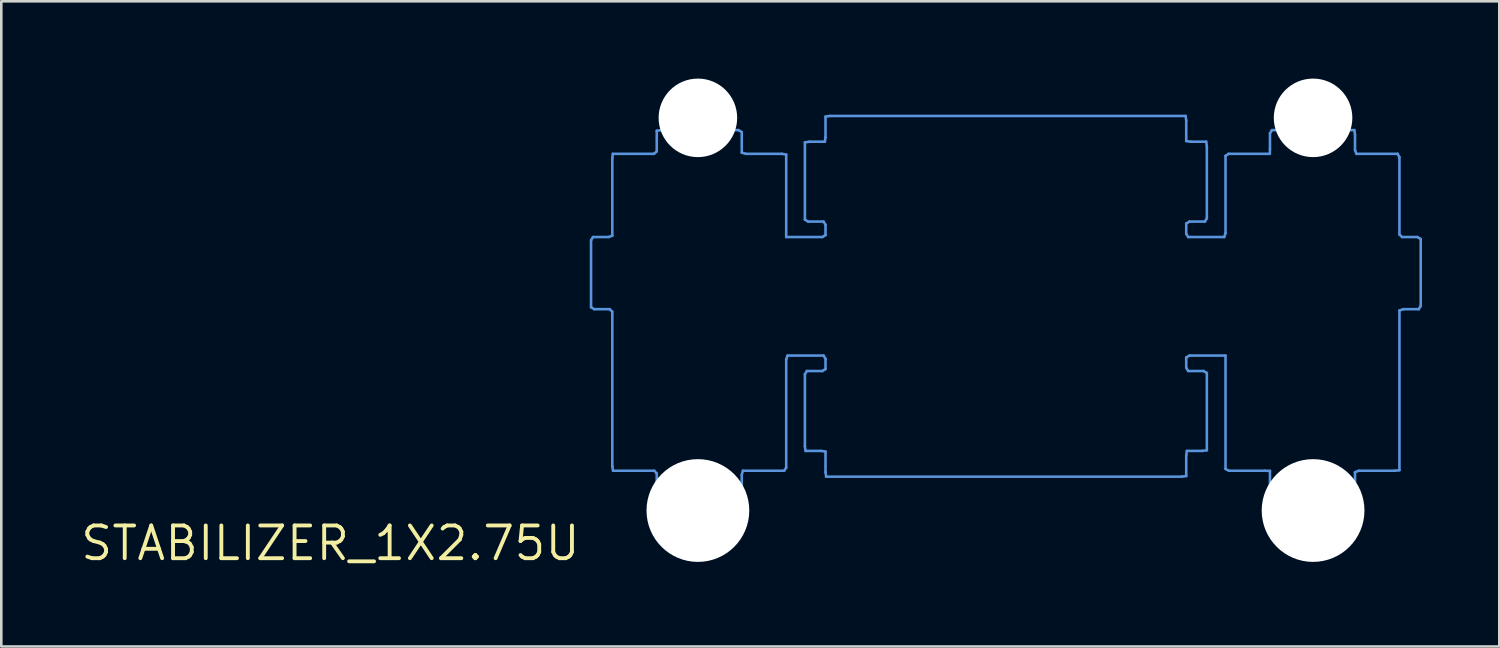
<source format=kicad_pcb>
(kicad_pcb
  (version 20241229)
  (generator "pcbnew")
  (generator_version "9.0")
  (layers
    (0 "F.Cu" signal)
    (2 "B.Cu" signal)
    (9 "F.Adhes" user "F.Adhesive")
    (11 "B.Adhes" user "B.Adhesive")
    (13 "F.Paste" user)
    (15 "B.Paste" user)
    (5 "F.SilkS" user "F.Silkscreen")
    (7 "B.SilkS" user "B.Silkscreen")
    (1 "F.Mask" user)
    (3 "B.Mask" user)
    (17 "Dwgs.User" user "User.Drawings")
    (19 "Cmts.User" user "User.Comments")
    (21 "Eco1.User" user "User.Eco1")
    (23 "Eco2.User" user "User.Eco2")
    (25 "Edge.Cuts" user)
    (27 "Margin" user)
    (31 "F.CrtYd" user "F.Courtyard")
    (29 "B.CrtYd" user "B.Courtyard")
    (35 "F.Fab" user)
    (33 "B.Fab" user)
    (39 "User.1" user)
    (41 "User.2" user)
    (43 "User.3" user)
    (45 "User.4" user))
  (footprint "STABILIZER_1X2.75U"
    (layer "F.Cu")
    (at 9.774 18.034)
    (property "Reference" "STABILIZER_1X2.75U" (at 0 0 0) (layer "F.SilkS") (effects (font (size 1.27 1.27) (thickness 0.15))))
    (attr through_hole)
    (fp_line (start 10.115 -11.759) (end 10.115 -9.159) (stroke (width 0.1) (type solid)) (layer "Cmts.User"))
    (fp_line (start 10.115 -9.159) (end 10.24 -9.084) (stroke (width 0.1) (type solid)) (layer "Cmts.User"))
    (fp_line (start 10.19 -11.884) (end 10.115 -11.759) (stroke (width 0.1) (type solid)) (layer "Cmts.User"))
    (fp_line (start 10.24 -9.084) (end 10.84 -9.084) (stroke (width 0.1) (type solid)) (layer "Cmts.User"))
    (fp_line (start 10.79 -11.884) (end 10.19 -11.884) (stroke (width 0.1) (type solid)) (layer "Cmts.User"))
    (fp_line (start 10.84 -9.084) (end 10.94 -8.984) (stroke (width 0.1) (type solid)) (layer "Cmts.User"))
    (fp_line (start 10.94 -14.934) (end 10.94 -11.934) (stroke (width 0.1) (type solid)) (layer "Cmts.User"))
    (fp_line (start 10.94 -11.934) (end 10.79 -11.884) (stroke (width 0.1) (type solid)) (layer "Cmts.User"))
    (fp_line (start 10.94 -8.984) (end 10.94 -2.984) (stroke (width 0.1) (type solid)) (layer "Cmts.User"))
    (fp_line (start 10.94 -2.984) (end 10.97 -2.814) (stroke (width 0.1) (type solid)) (layer "Cmts.User"))
    (fp_line (start 10.96 -15.114) (end 10.94 -14.934) (stroke (width 0.1) (type solid)) (layer "Cmts.User"))
    (fp_line (start 10.97 -2.814) (end 12.57 -2.814) (stroke (width 0.1) (type solid)) (layer "Cmts.User"))
    (fp_line (start 12.56 -15.114) (end 10.96 -15.114) (stroke (width 0.1) (type solid)) (layer "Cmts.User"))
    (fp_line (start 12.57 -2.814) (end 12.665 -2.709) (stroke (width 0.1) (type solid)) (layer "Cmts.User"))
    (fp_line (start 12.665 -16.009) (end 12.665 -15.209) (stroke (width 0.1) (type solid)) (layer "Cmts.User"))
    (fp_line (start 12.665 -15.209) (end 12.56 -15.114) (stroke (width 0.1) (type solid)) (layer "Cmts.User"))
    (fp_line (start 12.665 -2.709) (end 12.665 -1.909) (stroke (width 0.1) (type solid)) (layer "Cmts.User"))
    (fp_line (start 12.665 -1.909) (end 12.79 -1.834) (stroke (width 0.1) (type solid)) (layer "Cmts.User"))
    (fp_line (start 12.79 -1.834) (end 15.79 -1.834) (stroke (width 0.1) (type solid)) (layer "Cmts.User"))
    (fp_line (start 12.84 -16.034) (end 12.665 -16.009) (stroke (width 0.1) (type solid)) (layer "Cmts.User"))
    (fp_line (start 15.79 -1.834) (end 15.965 -1.859) (stroke (width 0.1) (type solid)) (layer "Cmts.User"))
    (fp_line (start 15.84 -16.034) (end 12.84 -16.034) (stroke (width 0.1) (type solid)) (layer "Cmts.User"))
    (fp_line (start 15.965 -15.959) (end 15.84 -16.034) (stroke (width 0.1) (type solid)) (layer "Cmts.User"))
    (fp_line (start 15.965 -15.159) (end 15.965 -15.959) (stroke (width 0.1) (type solid)) (layer "Cmts.User"))
    (fp_line (start 15.965 -2.659) (end 16.01 -2.814) (stroke (width 0.1) (type solid)) (layer "Cmts.User"))
    (fp_line (start 15.965 -1.859) (end 15.965 -2.659) (stroke (width 0.1) (type solid)) (layer "Cmts.User"))
    (fp_line (start 16.01 -2.814) (end 17.61 -2.814) (stroke (width 0.1) (type solid)) (layer "Cmts.User"))
    (fp_line (start 16.12 -15.114) (end 15.965 -15.159) (stroke (width 0.1) (type solid)) (layer "Cmts.User"))
    (fp_line (start 17.52 -15.114) (end 16.12 -15.114) (stroke (width 0.1) (type solid)) (layer "Cmts.User"))
    (fp_line (start 17.61 -2.814) (end 17.69 -2.934) (stroke (width 0.1) (type solid)) (layer "Cmts.User"))
    (fp_line (start 17.69 -15.084) (end 17.52 -15.114) (stroke (width 0.1) (type solid)) (layer "Cmts.User"))
    (fp_line (start 17.69 -11.884) (end 17.69 -15.084) (stroke (width 0.1) (type solid)) (layer "Cmts.User"))
    (fp_line (start 17.69 -7.134) (end 17.74 -7.284) (stroke (width 0.1) (type solid)) (layer "Cmts.User"))
    (fp_line (start 17.69 -2.934) (end 17.69 -7.134) (stroke (width 0.1) (type solid)) (layer "Cmts.User"))
    (fp_line (start 17.74 -7.284) (end 19.14 -7.284) (stroke (width 0.1) (type solid)) (layer "Cmts.User"))
    (fp_line (start 18.415 -15.559) (end 18.415 -12.559) (stroke (width 0.1) (type solid)) (layer "Cmts.User"))
    (fp_line (start 18.415 -12.559) (end 18.54 -12.484) (stroke (width 0.1) (type solid)) (layer "Cmts.User"))
    (fp_line (start 18.415 -6.559) (end 18.415 -3.759) (stroke (width 0.1) (type solid)) (layer "Cmts.User"))
    (fp_line (start 18.415 -3.759) (end 18.44 -3.584) (stroke (width 0.1) (type solid)) (layer "Cmts.User"))
    (fp_line (start 18.44 -3.584) (end 19.04 -3.584) (stroke (width 0.1) (type solid)) (layer "Cmts.User"))
    (fp_line (start 18.49 -6.684) (end 18.415 -6.559) (stroke (width 0.1) (type solid)) (layer "Cmts.User"))
    (fp_line (start 18.54 -12.484) (end 19.14 -12.484) (stroke (width 0.1) (type solid)) (layer "Cmts.User"))
    (fp_line (start 18.59 -15.584) (end 18.415 -15.559) (stroke (width 0.1) (type solid)) (layer "Cmts.User"))
    (fp_line (start 19.04 -3.584) (end 19.215 -3.559) (stroke (width 0.1) (type solid)) (layer "Cmts.User"))
    (fp_line (start 19.09 -11.884) (end 17.69 -11.884) (stroke (width 0.1) (type solid)) (layer "Cmts.User"))
    (fp_line (start 19.09 -6.684) (end 18.49 -6.684) (stroke (width 0.1) (type solid)) (layer "Cmts.User"))
    (fp_line (start 19.14 -7.284) (end 19.215 -7.159) (stroke (width 0.1) (type solid)) (layer "Cmts.User"))
    (fp_line (start 19.14 -12.484) (end 19.215 -12.359) (stroke (width 0.1) (type solid)) (layer "Cmts.User"))
    (fp_line (start 19.19 -15.584) (end 18.59 -15.584) (stroke (width 0.1) (type solid)) (layer "Cmts.User"))
    (fp_line (start 19.215 -16.559) (end 19.215 -15.759) (stroke (width 0.1) (type solid)) (layer "Cmts.User"))
    (fp_line (start 19.215 -15.759) (end 19.19 -15.584) (stroke (width 0.1) (type solid)) (layer "Cmts.User"))
    (fp_line (start 19.215 -12.359) (end 19.215 -11.959) (stroke (width 0.1) (type solid)) (layer "Cmts.User"))
    (fp_line (start 19.215 -11.959) (end 19.09 -11.884) (stroke (width 0.1) (type solid)) (layer "Cmts.User"))
    (fp_line (start 19.215 -7.159) (end 19.215 -6.759) (stroke (width 0.1) (type solid)) (layer "Cmts.User"))
    (fp_line (start 19.215 -6.759) (end 19.09 -6.684) (stroke (width 0.1) (type solid)) (layer "Cmts.User"))
    (fp_line (start 19.215 -3.559) (end 19.215 -2.759) (stroke (width 0.1) (type solid)) (layer "Cmts.User"))
    (fp_line (start 19.215 -2.759) (end 19.24 -2.584) (stroke (width 0.1) (type solid)) (layer "Cmts.User"))
    (fp_line (start 19.24 -2.584) (end 33.04 -2.584) (stroke (width 0.1) (type solid)) (layer "Cmts.User"))
    (fp_line (start 19.39 -16.584) (end 19.215 -16.559) (stroke (width 0.1) (type solid)) (layer "Cmts.User"))
    (fp_line (start 33.04 -2.584) (end 33.215 -2.609) (stroke (width 0.1) (type solid)) (layer "Cmts.User"))
    (fp_line (start 33.19 -16.584) (end 19.39 -16.584) (stroke (width 0.1) (type solid)) (layer "Cmts.User"))
    (fp_line (start 33.215 -16.409) (end 33.19 -16.584) (stroke (width 0.1) (type solid)) (layer "Cmts.User"))
    (fp_line (start 33.215 -15.609) (end 33.215 -16.409) (stroke (width 0.1) (type solid)) (layer "Cmts.User"))
    (fp_line (start 33.215 -12.409) (end 33.34 -12.484) (stroke (width 0.1) (type solid)) (layer "Cmts.User"))
    (fp_line (start 33.215 -12.009) (end 33.215 -12.409) (stroke (width 0.1) (type solid)) (layer "Cmts.User"))
    (fp_line (start 33.215 -7.209) (end 33.34 -7.284) (stroke (width 0.1) (type solid)) (layer "Cmts.User"))
    (fp_line (start 33.215 -6.809) (end 33.215 -7.209) (stroke (width 0.1) (type solid)) (layer "Cmts.User"))
    (fp_line (start 33.215 -3.409) (end 33.24 -3.584) (stroke (width 0.1) (type solid)) (layer "Cmts.User"))
    (fp_line (start 33.215 -2.609) (end 33.215 -3.409) (stroke (width 0.1) (type solid)) (layer "Cmts.User"))
    (fp_line (start 33.24 -3.584) (end 33.84 -3.584) (stroke (width 0.1) (type solid)) (layer "Cmts.User"))
    (fp_line (start 33.29 -6.684) (end 33.215 -6.809) (stroke (width 0.1) (type solid)) (layer "Cmts.User"))
    (fp_line (start 33.29 -11.884) (end 33.215 -12.009) (stroke (width 0.1) (type solid)) (layer "Cmts.User"))
    (fp_line (start 33.34 -12.484) (end 33.94 -12.484) (stroke (width 0.1) (type solid)) (layer "Cmts.User"))
    (fp_line (start 33.34 -7.284) (end 34.74 -7.284) (stroke (width 0.1) (type solid)) (layer "Cmts.User"))
    (fp_line (start 33.39 -15.584) (end 33.215 -15.609) (stroke (width 0.1) (type solid)) (layer "Cmts.User"))
    (fp_line (start 33.84 -3.584) (end 34.015 -3.609) (stroke (width 0.1) (type solid)) (layer "Cmts.User"))
    (fp_line (start 33.89 -6.684) (end 33.29 -6.684) (stroke (width 0.1) (type solid)) (layer "Cmts.User"))
    (fp_line (start 33.94 -12.484) (end 34.015 -12.609) (stroke (width 0.1) (type solid)) (layer "Cmts.User"))
    (fp_line (start 33.99 -15.584) (end 33.39 -15.584) (stroke (width 0.1) (type solid)) (layer "Cmts.User"))
    (fp_line (start 34.015 -15.409) (end 33.99 -15.584) (stroke (width 0.1) (type solid)) (layer "Cmts.User"))
    (fp_line (start 34.015 -12.609) (end 34.015 -15.409) (stroke (width 0.1) (type solid)) (layer "Cmts.User"))
    (fp_line (start 34.015 -6.609) (end 33.89 -6.684) (stroke (width 0.1) (type solid)) (layer "Cmts.User"))
    (fp_line (start 34.015 -3.609) (end 34.015 -6.609) (stroke (width 0.1) (type solid)) (layer "Cmts.User"))
    (fp_line (start 34.69 -11.884) (end 33.29 -11.884) (stroke (width 0.1) (type solid)) (layer "Cmts.User"))
    (fp_line (start 34.74 -15.034) (end 34.74 -12.034) (stroke (width 0.1) (type solid)) (layer "Cmts.User"))
    (fp_line (start 34.74 -12.034) (end 34.69 -11.884) (stroke (width 0.1) (type solid)) (layer "Cmts.User"))
    (fp_line (start 34.74 -7.284) (end 34.74 -2.884) (stroke (width 0.1) (type solid)) (layer "Cmts.User"))
    (fp_line (start 34.74 -2.884) (end 34.87 -2.814) (stroke (width 0.1) (type solid)) (layer "Cmts.User"))
    (fp_line (start 34.86 -15.114) (end 34.74 -15.034) (stroke (width 0.1) (type solid)) (layer "Cmts.User"))
    (fp_line (start 34.87 -2.814) (end 36.27 -2.814) (stroke (width 0.1) (type solid)) (layer "Cmts.User"))
    (fp_line (start 36.27 -2.814) (end 36.465 -2.809) (stroke (width 0.1) (type solid)) (layer "Cmts.User"))
    (fp_line (start 36.46 -15.114) (end 34.86 -15.114) (stroke (width 0.1) (type solid)) (layer "Cmts.User"))
    (fp_line (start 36.465 -15.909) (end 36.465 -15.309) (stroke (width 0.1) (type solid)) (layer "Cmts.User"))
    (fp_line (start 36.465 -15.309) (end 36.46 -15.114) (stroke (width 0.1) (type solid)) (layer "Cmts.User"))
    (fp_line (start 36.465 -2.809) (end 36.465 -2.009) (stroke (width 0.1) (type solid)) (layer "Cmts.User"))
    (fp_line (start 36.465 -2.009) (end 36.49 -1.834) (stroke (width 0.1) (type solid)) (layer "Cmts.User"))
    (fp_line (start 36.49 -1.834) (end 39.69 -1.834) (stroke (width 0.1) (type solid)) (layer "Cmts.User"))
    (fp_line (start 36.54 -16.034) (end 36.465 -15.909) (stroke (width 0.1) (type solid)) (layer "Cmts.User"))
    (fp_line (start 39.69 -1.834) (end 39.765 -1.959) (stroke (width 0.1) (type solid)) (layer "Cmts.User"))
    (fp_line (start 39.74 -16.034) (end 36.54 -16.034) (stroke (width 0.1) (type solid)) (layer "Cmts.User"))
    (fp_line (start 39.765 -15.859) (end 39.74 -16.034) (stroke (width 0.1) (type solid)) (layer "Cmts.User"))
    (fp_line (start 39.765 -15.259) (end 39.765 -15.859) (stroke (width 0.1) (type solid)) (layer "Cmts.User"))
    (fp_line (start 39.765 -2.759) (end 39.91 -2.814) (stroke (width 0.1) (type solid)) (layer "Cmts.User"))
    (fp_line (start 39.765 -1.959) (end 39.765 -2.759) (stroke (width 0.1) (type solid)) (layer "Cmts.User"))
    (fp_line (start 39.82 -15.114) (end 39.765 -15.259) (stroke (width 0.1) (type solid)) (layer "Cmts.User"))
    (fp_line (start 39.91 -2.814) (end 41.31 -2.814) (stroke (width 0.1) (type solid)) (layer "Cmts.User"))
    (fp_line (start 41.31 -2.814) (end 41.49 -2.834) (stroke (width 0.1) (type solid)) (layer "Cmts.User"))
    (fp_line (start 41.42 -15.114) (end 39.82 -15.114) (stroke (width 0.1) (type solid)) (layer "Cmts.User"))
    (fp_line (start 41.49 -14.984) (end 41.42 -15.114) (stroke (width 0.1) (type solid)) (layer "Cmts.User"))
    (fp_line (start 41.49 -11.984) (end 41.49 -14.984) (stroke (width 0.1) (type solid)) (layer "Cmts.User"))
    (fp_line (start 41.49 -9.034) (end 41.64 -9.084) (stroke (width 0.1) (type solid)) (layer "Cmts.User"))
    (fp_line (start 41.49 -2.834) (end 41.49 -9.034) (stroke (width 0.1) (type solid)) (layer "Cmts.User"))
    (fp_line (start 41.59 -11.884) (end 41.49 -11.984) (stroke (width 0.1) (type solid)) (layer "Cmts.User"))
    (fp_line (start 41.64 -9.084) (end 42.24 -9.084) (stroke (width 0.1) (type solid)) (layer "Cmts.User"))
    (fp_line (start 42.19 -11.884) (end 41.59 -11.884) (stroke (width 0.1) (type solid)) (layer "Cmts.User"))
    (fp_line (start 42.24 -9.084) (end 42.315 -9.209) (stroke (width 0.1) (type solid)) (layer "Cmts.User"))
    (fp_line (start 42.315 -11.809) (end 42.19 -11.884) (stroke (width 0.1) (type solid)) (layer "Cmts.User"))
    (fp_line (start 42.315 -9.209) (end 42.315 -11.809) (stroke (width 0.1) (type solid)) (layer "Cmts.User"))
    (pad "" np_thru_hole circle (at 14.262 -16.51) (size 3.048 3.048) (drill 3.048) (layers "*.Cu" "*.Mask"))
    (pad "" np_thru_hole circle (at 14.262 -1.27) (size 3.988 3.988) (drill 3.988) (layers "*.Cu" "*.Mask"))
    (pad "" np_thru_hole circle (at 38.138 -16.51) (size 3.048 3.048) (drill 3.048) (layers "*.Cu" "*.Mask"))
    (pad "" np_thru_hole circle (at 38.138 -1.27) (size 3.988 3.988) (drill 3.988) (layers "*.Cu" "*.Mask")))
  (gr_rect
    (start -3 -3)
    (end 55.139 22.04)
    (stroke (width 0.1) (type default))
    (fill no)
    (layer "Edge.Cuts")))
</source>
